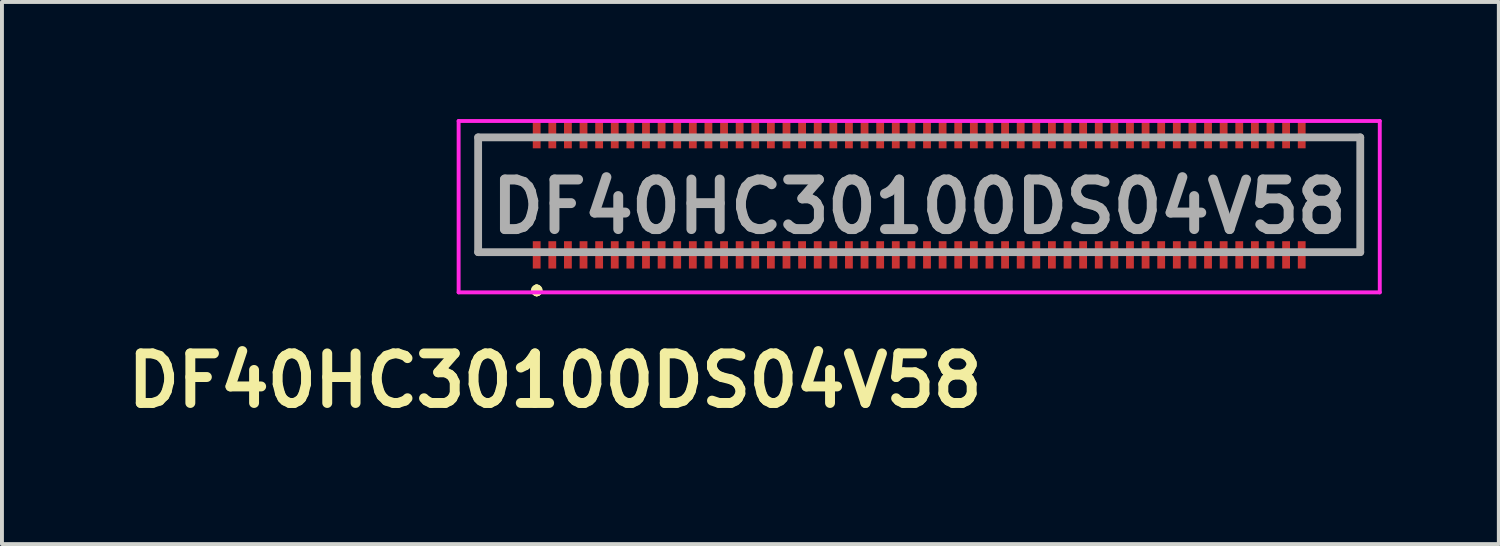
<source format=kicad_pcb>
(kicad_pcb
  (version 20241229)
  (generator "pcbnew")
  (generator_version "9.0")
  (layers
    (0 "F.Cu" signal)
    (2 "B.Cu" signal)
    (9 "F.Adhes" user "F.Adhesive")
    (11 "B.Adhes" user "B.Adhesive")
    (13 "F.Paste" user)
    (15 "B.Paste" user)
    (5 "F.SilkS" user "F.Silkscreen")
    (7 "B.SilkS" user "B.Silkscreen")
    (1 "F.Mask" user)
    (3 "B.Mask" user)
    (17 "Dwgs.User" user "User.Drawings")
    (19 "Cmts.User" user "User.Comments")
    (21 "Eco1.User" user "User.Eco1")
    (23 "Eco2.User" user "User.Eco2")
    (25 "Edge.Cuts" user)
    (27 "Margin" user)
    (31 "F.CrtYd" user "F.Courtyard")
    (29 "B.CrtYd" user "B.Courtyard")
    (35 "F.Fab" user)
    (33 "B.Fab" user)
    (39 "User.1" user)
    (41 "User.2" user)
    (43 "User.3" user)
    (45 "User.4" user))
  (footprint "DF40HC30100DS04V58"
    (layer "F.Cu")
    (at 20.5 1.94)
    (property "Reference" "DF40HC30100DS04V58" (at -9.33 4.76 0) (layer "F.SilkS") (effects (font (size 1.27 1.27) (thickness 0.254))))
    (attr smd)
    (fp_line (start -11.3 -1.47) (end -11.3 1.47) (stroke (width 0.1) (type solid)) (layer "F.SilkS"))
    (fp_line (start -11.3 1.47) (end -10.4 1.5) (stroke (width 0.1) (type solid)) (layer "F.SilkS"))
    (fp_line (start -10.4 -1.47) (end -11.3 -1.47) (stroke (width 0.1) (type solid)) (layer "F.SilkS"))
    (fp_line (start -9.8 2.4) (end -9.8 2.4) (stroke (width 0.2) (type solid)) (layer "F.SilkS"))
    (fp_line (start -9.8 2.5) (end -9.8 2.5) (stroke (width 0.2) (type solid)) (layer "F.SilkS"))
    (fp_line (start -9.8 2.5) (end -9.8 2.5) (stroke (width 0.2) (type solid)) (layer "F.SilkS"))
    (fp_line (start 10.4 -1.47) (end 11.3 -1.47) (stroke (width 0.1) (type solid)) (layer "F.SilkS"))
    (fp_line (start 11.3 -1.47) (end 11.3 1.47) (stroke (width 0.1) (type solid)) (layer "F.SilkS"))
    (fp_line (start 11.3 1.47) (end 10.4 1.47) (stroke (width 0.1) (type solid)) (layer "F.SilkS"))
    (fp_arc (start -9.8 2.4) (mid -9.75 2.45) (end -9.8 2.5) (stroke (width 0.2) (type solid)) (layer "F.SilkS"))
    (fp_arc (start -9.8 2.4) (mid -9.75 2.45) (end -9.8 2.5) (stroke (width 0.2) (type solid)) (layer "F.SilkS"))
    (fp_arc (start -9.8 2.5) (mid -9.85 2.45) (end -9.8 2.4) (stroke (width 0.2) (type solid)) (layer "F.SilkS"))
    (fp_line (start -11.8 -1.89) (end 11.8 -1.89) (stroke (width 0.1) (type solid)) (layer "F.CrtYd"))
    (fp_line (start -11.8 2.5) (end -11.8 -1.89) (stroke (width 0.1) (type solid)) (layer "F.CrtYd"))
    (fp_line (start 11.8 -1.89) (end 11.8 2.5) (stroke (width 0.1) (type solid)) (layer "F.CrtYd"))
    (fp_line (start 11.8 2.5) (end -11.8 2.5) (stroke (width 0.1) (type solid)) (layer "F.CrtYd"))
    (fp_line (start -11.3 -1.47) (end -11.3 1.47) (stroke (width 0.2) (type solid)) (layer "F.Fab"))
    (fp_line (start -11.3 1.47) (end 11.3 1.47) (stroke (width 0.2) (type solid)) (layer "F.Fab"))
    (fp_line (start 11.3 -1.47) (end -11.3 -1.47) (stroke (width 0.2) (type solid)) (layer "F.Fab"))
    (fp_line (start 11.3 1.47) (end 11.3 -1.47) (stroke (width 0.2) (type solid)) (layer "F.Fab"))
    (fp_text user "${REFERENCE}" (at 0 0.305 0) (layer "F.Fab") (effects (font (size 1.27 1.27) (thickness 0.254))))
    (pad "1" smd rect (at -9.8 1.54) (size 0.2 0.7) (layers "F.Cu" "F.Mask" "F.Paste"))
    (pad "2" smd rect (at -9.8 -1.54) (size 0.2 0.7) (layers "F.Cu" "F.Mask" "F.Paste"))
    (pad "3" smd rect (at -9.4 1.54) (size 0.2 0.7) (layers "F.Cu" "F.Mask" "F.Paste"))
    (pad "4" smd rect (at -9.4 -1.54) (size 0.2 0.7) (layers "F.Cu" "F.Mask" "F.Paste"))
    (pad "5" smd rect (at -9 1.54) (size 0.2 0.7) (layers "F.Cu" "F.Mask" "F.Paste"))
    (pad "6" smd rect (at -9 -1.54) (size 0.2 0.7) (layers "F.Cu" "F.Mask" "F.Paste"))
    (pad "7" smd rect (at -8.6 1.54) (size 0.2 0.7) (layers "F.Cu" "F.Mask" "F.Paste"))
    (pad "8" smd rect (at -8.6 -1.54) (size 0.2 0.7) (layers "F.Cu" "F.Mask" "F.Paste"))
    (pad "9" smd rect (at -8.2 1.54) (size 0.2 0.7) (layers "F.Cu" "F.Mask" "F.Paste"))
    (pad "10" smd rect (at -8.2 -1.54) (size 0.2 0.7) (layers "F.Cu" "F.Mask" "F.Paste"))
    (pad "11" smd rect (at -7.8 1.54) (size 0.2 0.7) (layers "F.Cu" "F.Mask" "F.Paste"))
    (pad "12" smd rect (at -7.8 -1.54) (size 0.2 0.7) (layers "F.Cu" "F.Mask" "F.Paste"))
    (pad "13" smd rect (at -7.4 1.54) (size 0.2 0.7) (layers "F.Cu" "F.Mask" "F.Paste"))
    (pad "14" smd rect (at -7.4 -1.54) (size 0.2 0.7) (layers "F.Cu" "F.Mask" "F.Paste"))
    (pad "15" smd rect (at -7 1.54) (size 0.2 0.7) (layers "F.Cu" "F.Mask" "F.Paste"))
    (pad "16" smd rect (at -7 -1.54) (size 0.2 0.7) (layers "F.Cu" "F.Mask" "F.Paste"))
    (pad "17" smd rect (at -6.6 1.54) (size 0.2 0.7) (layers "F.Cu" "F.Mask" "F.Paste"))
    (pad "18" smd rect (at -6.6 -1.54) (size 0.2 0.7) (layers "F.Cu" "F.Mask" "F.Paste"))
    (pad "19" smd rect (at -6.2 1.54) (size 0.2 0.7) (layers "F.Cu" "F.Mask" "F.Paste"))
    (pad "20" smd rect (at -6.2 -1.54) (size 0.2 0.7) (layers "F.Cu" "F.Mask" "F.Paste"))
    (pad "21" smd rect (at -5.8 1.54) (size 0.2 0.7) (layers "F.Cu" "F.Mask" "F.Paste"))
    (pad "22" smd rect (at -5.8 -1.54) (size 0.2 0.7) (layers "F.Cu" "F.Mask" "F.Paste"))
    (pad "23" smd rect (at -5.4 1.54) (size 0.2 0.7) (layers "F.Cu" "F.Mask" "F.Paste"))
    (pad "24" smd rect (at -5.4 -1.54) (size 0.2 0.7) (layers "F.Cu" "F.Mask" "F.Paste"))
    (pad "25" smd rect (at -5 1.54) (size 0.2 0.7) (layers "F.Cu" "F.Mask" "F.Paste"))
    (pad "26" smd rect (at -5 -1.54) (size 0.2 0.7) (layers "F.Cu" "F.Mask" "F.Paste"))
    (pad "27" smd rect (at -4.6 1.54) (size 0.2 0.7) (layers "F.Cu" "F.Mask" "F.Paste"))
    (pad "28" smd rect (at -4.6 -1.54) (size 0.2 0.7) (layers "F.Cu" "F.Mask" "F.Paste"))
    (pad "29" smd rect (at -4.2 1.54) (size 0.2 0.7) (layers "F.Cu" "F.Mask" "F.Paste"))
    (pad "30" smd rect (at -4.2 -1.54) (size 0.2 0.7) (layers "F.Cu" "F.Mask" "F.Paste"))
    (pad "31" smd rect (at -3.8 1.54) (size 0.2 0.7) (layers "F.Cu" "F.Mask" "F.Paste"))
    (pad "32" smd rect (at -3.8 -1.54) (size 0.2 0.7) (layers "F.Cu" "F.Mask" "F.Paste"))
    (pad "33" smd rect (at -3.4 1.54) (size 0.2 0.7) (layers "F.Cu" "F.Mask" "F.Paste"))
    (pad "34" smd rect (at -3.4 -1.54) (size 0.2 0.7) (layers "F.Cu" "F.Mask" "F.Paste"))
    (pad "35" smd rect (at -3 1.54) (size 0.2 0.7) (layers "F.Cu" "F.Mask" "F.Paste"))
    (pad "36" smd rect (at -3 -1.54) (size 0.2 0.7) (layers "F.Cu" "F.Mask" "F.Paste"))
    (pad "37" smd rect (at -2.6 1.54) (size 0.2 0.7) (layers "F.Cu" "F.Mask" "F.Paste"))
    (pad "38" smd rect (at -2.6 -1.54) (size 0.2 0.7) (layers "F.Cu" "F.Mask" "F.Paste"))
    (pad "39" smd rect (at -2.2 1.54) (size 0.2 0.7) (layers "F.Cu" "F.Mask" "F.Paste"))
    (pad "40" smd rect (at -2.2 -1.54) (size 0.2 0.7) (layers "F.Cu" "F.Mask" "F.Paste"))
    (pad "41" smd rect (at -1.8 1.54) (size 0.2 0.7) (layers "F.Cu" "F.Mask" "F.Paste"))
    (pad "42" smd rect (at -1.8 -1.54) (size 0.2 0.7) (layers "F.Cu" "F.Mask" "F.Paste"))
    (pad "43" smd rect (at -1.4 1.54) (size 0.2 0.7) (layers "F.Cu" "F.Mask" "F.Paste"))
    (pad "44" smd rect (at -1.4 -1.54) (size 0.2 0.7) (layers "F.Cu" "F.Mask" "F.Paste"))
    (pad "45" smd rect (at -1 1.54) (size 0.2 0.7) (layers "F.Cu" "F.Mask" "F.Paste"))
    (pad "46" smd rect (at -1 -1.54) (size 0.2 0.7) (layers "F.Cu" "F.Mask" "F.Paste"))
    (pad "47" smd rect (at -0.6 1.54) (size 0.2 0.7) (layers "F.Cu" "F.Mask" "F.Paste"))
    (pad "48" smd rect (at -0.6 -1.54) (size 0.2 0.7) (layers "F.Cu" "F.Mask" "F.Paste"))
    (pad "49" smd rect (at -0.2 1.54) (size 0.2 0.7) (layers "F.Cu" "F.Mask" "F.Paste"))
    (pad "50" smd rect (at -0.2 -1.54) (size 0.2 0.7) (layers "F.Cu" "F.Mask" "F.Paste"))
    (pad "51" smd rect (at 0.2 1.54) (size 0.2 0.7) (layers "F.Cu" "F.Mask" "F.Paste"))
    (pad "52" smd rect (at 0.2 -1.54) (size 0.2 0.7) (layers "F.Cu" "F.Mask" "F.Paste"))
    (pad "53" smd rect (at 0.6 1.54) (size 0.2 0.7) (layers "F.Cu" "F.Mask" "F.Paste"))
    (pad "54" smd rect (at 0.6 -1.54) (size 0.2 0.7) (layers "F.Cu" "F.Mask" "F.Paste"))
    (pad "55" smd rect (at 1 1.54) (size 0.2 0.7) (layers "F.Cu" "F.Mask" "F.Paste"))
    (pad "56" smd rect (at 1 -1.54) (size 0.2 0.7) (layers "F.Cu" "F.Mask" "F.Paste"))
    (pad "57" smd rect (at 1.4 1.54) (size 0.2 0.7) (layers "F.Cu" "F.Mask" "F.Paste"))
    (pad "58" smd rect (at 1.4 -1.54) (size 0.2 0.7) (layers "F.Cu" "F.Mask" "F.Paste"))
    (pad "59" smd rect (at 1.8 1.54) (size 0.2 0.7) (layers "F.Cu" "F.Mask" "F.Paste"))
    (pad "60" smd rect (at 1.8 -1.54) (size 0.2 0.7) (layers "F.Cu" "F.Mask" "F.Paste"))
    (pad "61" smd rect (at 2.2 1.54) (size 0.2 0.7) (layers "F.Cu" "F.Mask" "F.Paste"))
    (pad "62" smd rect (at 2.2 -1.54) (size 0.2 0.7) (layers "F.Cu" "F.Mask" "F.Paste"))
    (pad "63" smd rect (at 2.6 1.54) (size 0.2 0.7) (layers "F.Cu" "F.Mask" "F.Paste"))
    (pad "64" smd rect (at 2.6 -1.54) (size 0.2 0.7) (layers "F.Cu" "F.Mask" "F.Paste"))
    (pad "65" smd rect (at 3 1.54) (size 0.2 0.7) (layers "F.Cu" "F.Mask" "F.Paste"))
    (pad "66" smd rect (at 3 -1.54) (size 0.2 0.7) (layers "F.Cu" "F.Mask" "F.Paste"))
    (pad "67" smd rect (at 3.4 1.54) (size 0.2 0.7) (layers "F.Cu" "F.Mask" "F.Paste"))
    (pad "68" smd rect (at 3.4 -1.54) (size 0.2 0.7) (layers "F.Cu" "F.Mask" "F.Paste"))
    (pad "69" smd rect (at 3.8 1.54) (size 0.2 0.7) (layers "F.Cu" "F.Mask" "F.Paste"))
    (pad "70" smd rect (at 3.8 -1.54) (size 0.2 0.7) (layers "F.Cu" "F.Mask" "F.Paste"))
    (pad "71" smd rect (at 4.2 1.54) (size 0.2 0.7) (layers "F.Cu" "F.Mask" "F.Paste"))
    (pad "72" smd rect (at 4.2 -1.54) (size 0.2 0.7) (layers "F.Cu" "F.Mask" "F.Paste"))
    (pad "73" smd rect (at 4.6 1.54) (size 0.2 0.7) (layers "F.Cu" "F.Mask" "F.Paste"))
    (pad "74" smd rect (at 4.6 -1.54) (size 0.2 0.7) (layers "F.Cu" "F.Mask" "F.Paste"))
    (pad "75" smd rect (at 5 1.54) (size 0.2 0.7) (layers "F.Cu" "F.Mask" "F.Paste"))
    (pad "76" smd rect (at 5 -1.54) (size 0.2 0.7) (layers "F.Cu" "F.Mask" "F.Paste"))
    (pad "77" smd rect (at 5.4 1.54) (size 0.2 0.7) (layers "F.Cu" "F.Mask" "F.Paste"))
    (pad "78" smd rect (at 5.4 -1.54) (size 0.2 0.7) (layers "F.Cu" "F.Mask" "F.Paste"))
    (pad "79" smd rect (at 5.8 1.54) (size 0.2 0.7) (layers "F.Cu" "F.Mask" "F.Paste"))
    (pad "80" smd rect (at 5.8 -1.54) (size 0.2 0.7) (layers "F.Cu" "F.Mask" "F.Paste"))
    (pad "81" smd rect (at 6.2 1.54) (size 0.2 0.7) (layers "F.Cu" "F.Mask" "F.Paste"))
    (pad "82" smd rect (at 6.2 -1.54) (size 0.2 0.7) (layers "F.Cu" "F.Mask" "F.Paste"))
    (pad "83" smd rect (at 6.6 1.54) (size 0.2 0.7) (layers "F.Cu" "F.Mask" "F.Paste"))
    (pad "84" smd rect (at 6.6 -1.54) (size 0.2 0.7) (layers "F.Cu" "F.Mask" "F.Paste"))
    (pad "85" smd rect (at 7 1.54) (size 0.2 0.7) (layers "F.Cu" "F.Mask" "F.Paste"))
    (pad "86" smd rect (at 7 -1.54) (size 0.2 0.7) (layers "F.Cu" "F.Mask" "F.Paste"))
    (pad "87" smd rect (at 7.4 1.54) (size 0.2 0.7) (layers "F.Cu" "F.Mask" "F.Paste"))
    (pad "88" smd rect (at 7.4 -1.54) (size 0.2 0.7) (layers "F.Cu" "F.Mask" "F.Paste"))
    (pad "89" smd rect (at 7.8 1.54) (size 0.2 0.7) (layers "F.Cu" "F.Mask" "F.Paste"))
    (pad "90" smd rect (at 7.8 -1.54) (size 0.2 0.7) (layers "F.Cu" "F.Mask" "F.Paste"))
    (pad "91" smd rect (at 8.2 1.54) (size 0.2 0.7) (layers "F.Cu" "F.Mask" "F.Paste"))
    (pad "92" smd rect (at 8.2 -1.54) (size 0.2 0.7) (layers "F.Cu" "F.Mask" "F.Paste"))
    (pad "93" smd rect (at 8.6 1.54) (size 0.2 0.7) (layers "F.Cu" "F.Mask" "F.Paste"))
    (pad "94" smd rect (at 8.6 -1.54) (size 0.2 0.7) (layers "F.Cu" "F.Mask" "F.Paste"))
    (pad "95" smd rect (at 9 1.54) (size 0.2 0.7) (layers "F.Cu" "F.Mask" "F.Paste"))
    (pad "96" smd rect (at 9 -1.54) (size 0.2 0.7) (layers "F.Cu" "F.Mask" "F.Paste"))
    (pad "97" smd rect (at 9.4 1.54) (size 0.2 0.7) (layers "F.Cu" "F.Mask" "F.Paste"))
    (pad "98" smd rect (at 9.4 -1.54) (size 0.2 0.7) (layers "F.Cu" "F.Mask" "F.Paste"))
    (pad "99" smd rect (at 9.8 1.54) (size 0.2 0.7) (layers "F.Cu" "F.Mask" "F.Paste"))
    (pad "100" smd rect (at 9.8 -1.54) (size 0.2 0.7) (layers "F.Cu" "F.Mask" "F.Paste")))
  (gr_rect
    (start -3 -3)
    (end 35.35 10.889)
    (stroke (width 0.1) (type default))
    (fill no)
    (layer "Edge.Cuts")))
</source>
